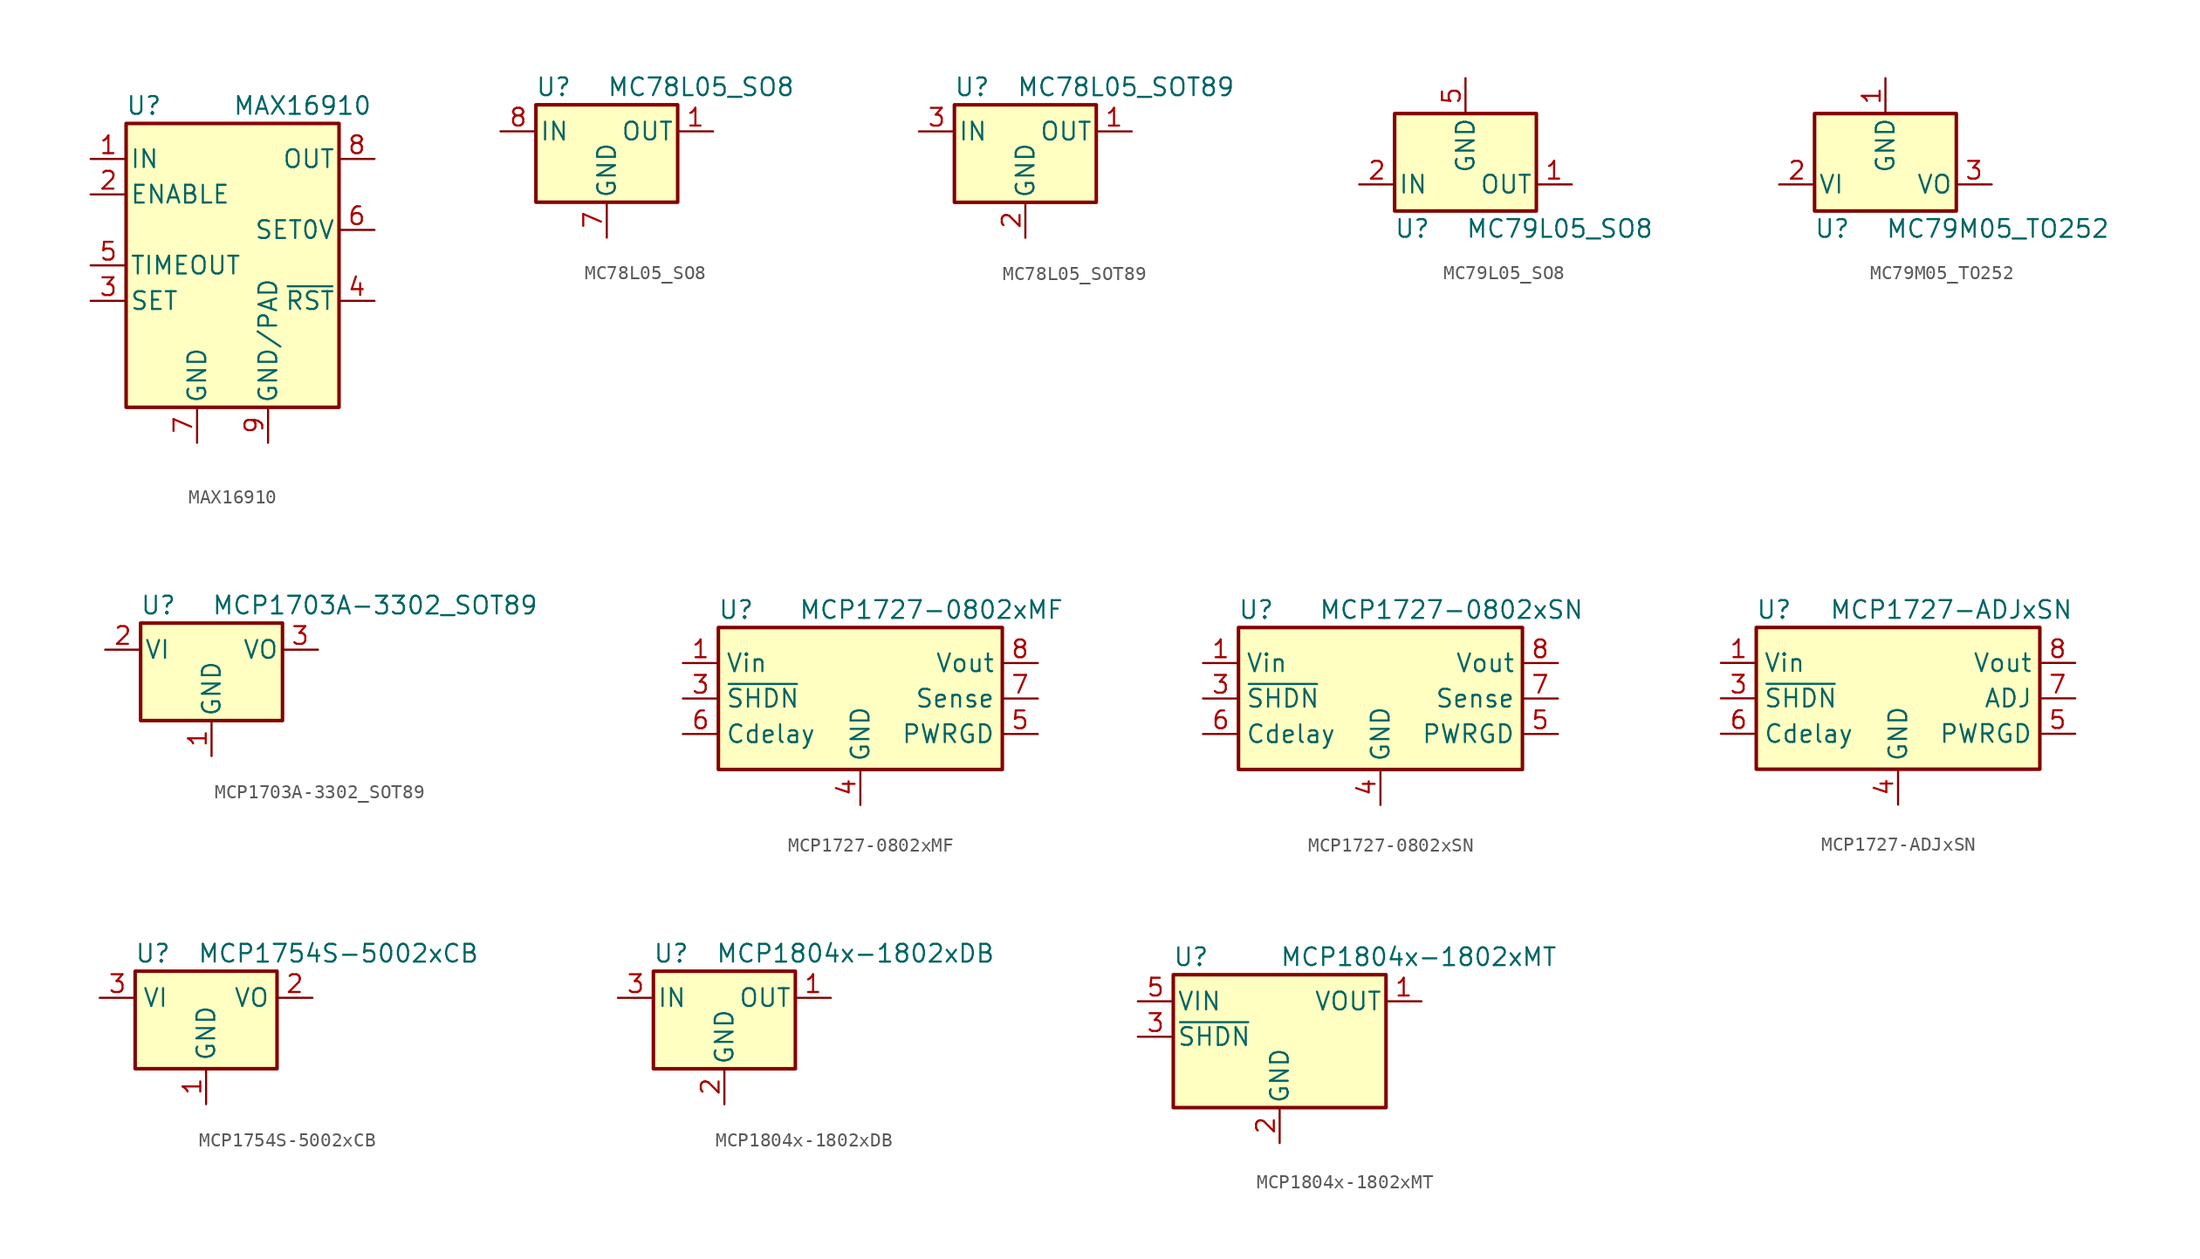
<source format=kicad_sym>
(kicad_symbol_lib
  (version 20211014)
  (generator kicad_symbol_editor)
  (symbol "MAX16910"
    (pin_names
      (offset 0.254))
    (property "Reference" "U"
      (at -6.35 11.43 0)
      (effects (font (size 1.27 1.27))))
    (property "Value" "MAX16910"
      (at 0 11.43 0)
      (effects (font (size 1.27 1.27)) (justify left)))
    (symbol "MAX16910_0_1"
      (rectangle (start -7.62 10.16) (end 7.62 -10.16) (stroke (width 0.254) (type default) (color 0 0 0 0)) (fill (type background))))
    (symbol "MAX16910_1_1"
      (pin power_in line (at -10.16 7.62 0) (length 2.54) (name "IN" (effects (font (size 1.27 1.27)))) (number "1" (effects (font (size 1.27 1.27)))))
      (pin input line (at -10.16 5.08 0) (length 2.54) (name "ENABLE" (effects (font (size 1.27 1.27)))) (number "2" (effects (font (size 1.27 1.27)))))
      (pin input line (at -10.16 -2.54 0) (length 2.54) (name "SET" (effects (font (size 1.27 1.27)))) (number "3" (effects (font (size 1.27 1.27)))))
      (pin open_collector line (at 10.16 -2.54 180) (length 2.54) (name "~{RST}" (effects (font (size 1.27 1.27)))) (number "4" (effects (font (size 1.27 1.27)))))
      (pin passive line (at -10.16 0 0) (length 2.54) (name "TIMEOUT" (effects (font (size 1.27 1.27)))) (number "5" (effects (font (size 1.27 1.27)))))
      (pin input line (at 10.16 2.54 180) (length 2.54) (name "SET0V" (effects (font (size 1.27 1.27)))) (number "6" (effects (font (size 1.27 1.27)))))
      (pin power_in line (at -2.54 -12.7 90) (length 2.54) (name "GND" (effects (font (size 1.27 1.27)))) (number "7" (effects (font (size 1.27 1.27)))))
      (pin power_out line (at 10.16 7.62 180) (length 2.54) (name "OUT" (effects (font (size 1.27 1.27)))) (number "8" (effects (font (size 1.27 1.27)))))
      (pin power_in line (at 2.54 -12.7 90) (length 2.54) (name "GND/PAD" (effects (font (size 1.27 1.27)))) (number "9" (effects (font (size 1.27 1.27)))))))
  (symbol "MC78L05_SO8"
    (pin_names
      (offset 0.254))
    (property "Reference" "U"
      (at -3.81 3.175 0)
      (effects (font (size 1.27 1.27))))
    (property "Value" "MC78L05_SO8"
      (at 0 3.175 0)
      (effects (font (size 1.27 1.27)) (justify left)))
    (symbol "MC78L05_SO8_0_1"
      (rectangle (start -5.08 1.905) (end 5.08 -5.08) (stroke (width 0.254) (type default) (color 0 0 0 0)) (fill (type background))))
    (symbol "MC78L05_SO8_1_1"
      (pin power_out line (at 7.62 0 180) (length 2.54) (name "OUT" (effects (font (size 1.27 1.27)))) (number "1" (effects (font (size 1.27 1.27)))))
      (pin passive line (at 0 -7.62 90) (length 2.54) hide (name "GND" (effects (font (size 1.27 1.27)))) (number "2" (effects (font (size 1.27 1.27)))))
      (pin passive line (at 0 -7.62 90) (length 2.54) hide (name "GND" (effects (font (size 1.27 1.27)))) (number "3" (effects (font (size 1.27 1.27)))))
      (pin no_connect line (at -5.08 -2.54 0) (length 2.54) hide (name "NC" (effects (font (size 1.27 1.27)))) (number "4" (effects (font (size 1.27 1.27)))))
      (pin no_connect line (at 5.08 -2.54 180) (length 2.54) hide (name "NC" (effects (font (size 1.27 1.27)))) (number "5" (effects (font (size 1.27 1.27)))))
      (pin passive line (at 0 -7.62 90) (length 2.54) hide (name "GND" (effects (font (size 1.27 1.27)))) (number "6" (effects (font (size 1.27 1.27)))))
      (pin power_in line (at 0 -7.62 90) (length 2.54) (name "GND" (effects (font (size 1.27 1.27)))) (number "7" (effects (font (size 1.27 1.27)))))
      (pin power_in line (at -7.62 0 0) (length 2.54) (name "IN" (effects (font (size 1.27 1.27)))) (number "8" (effects (font (size 1.27 1.27)))))))
  (symbol "MC78L05_SOT89"
    (pin_names
      (offset 0.254))
    (property "Reference" "U"
      (at -3.81 3.175 0)
      (effects (font (size 1.27 1.27))))
    (property "Value" "MC78L05_SOT89"
      (at -0.635 3.175 0)
      (effects (font (size 1.27 1.27)) (justify left)))
    (symbol "MC78L05_SOT89_0_1"
      (rectangle (start -5.08 1.905) (end 5.08 -5.08) (stroke (width 0.254) (type default) (color 0 0 0 0)) (fill (type background))))
    (symbol "MC78L05_SOT89_1_1"
      (pin power_out line (at 7.62 0 180) (length 2.54) (name "OUT" (effects (font (size 1.27 1.27)))) (number "1" (effects (font (size 1.27 1.27)))))
      (pin power_in line (at 0 -7.62 90) (length 2.54) (name "GND" (effects (font (size 1.27 1.27)))) (number "2" (effects (font (size 1.27 1.27)))))
      (pin power_in line (at -7.62 0 0) (length 2.54) (name "IN" (effects (font (size 1.27 1.27)))) (number "3" (effects (font (size 1.27 1.27)))))))
  (symbol "MC79L05_SO8"
    (pin_names
      (offset 0.254))
    (property "Reference" "U"
      (at -3.81 -3.175 0)
      (effects (font (size 1.27 1.27))))
    (property "Value" "MC79L05_SO8"
      (at 0 -3.175 0)
      (effects (font (size 1.27 1.27)) (justify left)))
    (symbol "MC79L05_SO8_0_1"
      (rectangle (start -5.08 5.08) (end 5.08 -1.905) (stroke (width 0.254) (type default) (color 0 0 0 0)) (fill (type background))))
    (symbol "MC79L05_SO8_1_1"
      (pin power_out line (at 7.62 0 180) (length 2.54) (name "OUT" (effects (font (size 1.27 1.27)))) (number "1" (effects (font (size 1.27 1.27)))))
      (pin power_in line (at -7.62 0 0) (length 2.54) (name "IN" (effects (font (size 1.27 1.27)))) (number "2" (effects (font (size 1.27 1.27)))))
      (pin passive line (at -7.62 0 0) (length 2.54) hide (name "IN" (effects (font (size 1.27 1.27)))) (number "3" (effects (font (size 1.27 1.27)))))
      (pin no_connect line (at 7.62 2.54 180) (length 2.54) hide (name "NC" (effects (font (size 1.27 1.27)))) (number "4" (effects (font (size 1.27 1.27)))))
      (pin power_in line (at 0 7.62 270) (length 2.54) (name "GND" (effects (font (size 1.27 1.27)))) (number "5" (effects (font (size 1.27 1.27)))))
      (pin passive line (at -7.62 0 0) (length 2.54) hide (name "IN" (effects (font (size 1.27 1.27)))) (number "6" (effects (font (size 1.27 1.27)))))
      (pin passive line (at -7.62 0 0) (length 2.54) hide (name "IN" (effects (font (size 1.27 1.27)))) (number "7" (effects (font (size 1.27 1.27)))))
      (pin no_connect line (at -7.62 2.54 0) (length 2.54) hide (name "NC" (effects (font (size 1.27 1.27)))) (number "8" (effects (font (size 1.27 1.27)))))))
  (symbol "MC79M05_TO252"
    (pin_names
      (offset 0.254))
    (property "Reference" "U"
      (at -3.81 -3.175 0)
      (effects (font (size 1.27 1.27))))
    (property "Value" "MC79M05_TO252"
      (at 0 -3.175 0)
      (effects (font (size 1.27 1.27)) (justify left)))
    (symbol "MC79M05_TO252_0_1"
      (rectangle (start -5.08 5.08) (end 5.08 -1.905) (stroke (width 0.254) (type default) (color 0 0 0 0)) (fill (type background))))
    (symbol "MC79M05_TO252_1_1"
      (pin power_in line (at 0 7.62 270) (length 2.54) (name "GND" (effects (font (size 1.27 1.27)))) (number "1" (effects (font (size 1.27 1.27)))))
      (pin power_in line (at -7.62 0 0) (length 2.54) (name "VI" (effects (font (size 1.27 1.27)))) (number "2" (effects (font (size 1.27 1.27)))))
      (pin power_out line (at 7.62 0 180) (length 2.54) (name "VO" (effects (font (size 1.27 1.27)))) (number "3" (effects (font (size 1.27 1.27)))))))
  (symbol "MCP1703A-3302_SOT89"
    (pin_names
      (offset 0.254))
    (property "Reference" "U"
      (at -3.81 3.175 0)
      (effects (font (size 1.27 1.27))))
    (property "Value" "MCP1703A-3302_SOT89"
      (at 0 3.175 0)
      (effects (font (size 1.27 1.27)) (justify left)))
    (symbol "MCP1703A-3302_SOT89_0_1"
      (rectangle (start -5.08 -5.08) (end 5.08 1.905) (stroke (width 0.254) (type default) (color 0 0 0 0)) (fill (type background))))
    (symbol "MCP1703A-3302_SOT89_1_1"
      (pin power_in line (at 0 -7.62 90) (length 2.54) (name "GND" (effects (font (size 1.27 1.27)))) (number "1" (effects (font (size 1.27 1.27)))))
      (pin power_in line (at -7.62 0 0) (length 2.54) (name "VI" (effects (font (size 1.27 1.27)))) (number "2" (effects (font (size 1.27 1.27)))))
      (pin power_out line (at 7.62 0 180) (length 2.54) (name "VO" (effects (font (size 1.27 1.27)))) (number "3" (effects (font (size 1.27 1.27)))))))
  (symbol "MCP1727-0802xMF"
    (property "Reference" "U"
      (at -8.89 6.35 0)
      (effects (font (size 1.27 1.27))))
    (property "Value" "MCP1727-0802xMF"
      (at 5.08 6.35 0)
      (effects (font (size 1.27 1.27))))
    (symbol "MCP1727-0802xMF_0_0"
      (pin open_collector line (at 12.7 -2.54 180) (length 2.54) (name "PWRGD" (effects (font (size 1.27 1.27)))) (number "5" (effects (font (size 1.27 1.27)))))
      (pin input line (at -12.7 -2.54 0) (length 2.54) (name "Cdelay" (effects (font (size 1.27 1.27)))) (number "6" (effects (font (size 1.27 1.27)))))
      (pin input line (at 12.7 0 180) (length 2.54) (name "Sense" (effects (font (size 1.27 1.27)))) (number "7" (effects (font (size 1.27 1.27)))))
      (pin power_out line (at 12.7 2.54 180) (length 2.54) (name "Vout" (effects (font (size 1.27 1.27)))) (number "8" (effects (font (size 1.27 1.27))))))
    (symbol "MCP1727-0802xMF_0_1"
      (rectangle (start -10.16 5.08) (end 10.16 -5.08) (stroke (width 0.254) (type default) (color 0 0 0 0)) (fill (type background))))
    (symbol "MCP1727-0802xMF_1_1"
      (pin power_in line (at -12.7 2.54 0) (length 2.54) (name "Vin" (effects (font (size 1.27 1.27)))) (number "1" (effects (font (size 1.27 1.27)))))
      (pin passive line (at -12.7 2.54 0) (length 2.54) hide (name "Vin" (effects (font (size 1.27 1.27)))) (number "2" (effects (font (size 1.27 1.27)))))
      (pin input line (at -12.7 0 0) (length 2.54) (name "~{SHDN}" (effects (font (size 1.27 1.27)))) (number "3" (effects (font (size 1.27 1.27)))))
      (pin power_in line (at 0 -7.62 90) (length 2.54) (name "GND" (effects (font (size 1.27 1.27)))) (number "4" (effects (font (size 1.27 1.27)))))
      (pin passive line (at 0 -7.62 90) (length 2.54) hide (name "GND" (effects (font (size 1.27 1.27)))) (number "9" (effects (font (size 1.27 1.27)))))))
  (symbol "MCP1727-0802xSN"
    (property "Reference" "U"
      (at -8.89 6.35 0)
      (effects (font (size 1.27 1.27))))
    (property "Value" "MCP1727-0802xSN"
      (at 5.08 6.35 0)
      (effects (font (size 1.27 1.27))))
    (symbol "MCP1727-0802xSN_0_0"
      (pin open_collector line (at 12.7 -2.54 180) (length 2.54) (name "PWRGD" (effects (font (size 1.27 1.27)))) (number "5" (effects (font (size 1.27 1.27)))))
      (pin input line (at -12.7 -2.54 0) (length 2.54) (name "Cdelay" (effects (font (size 1.27 1.27)))) (number "6" (effects (font (size 1.27 1.27)))))
      (pin input line (at 12.7 0 180) (length 2.54) (name "Sense" (effects (font (size 1.27 1.27)))) (number "7" (effects (font (size 1.27 1.27)))))
      (pin power_out line (at 12.7 2.54 180) (length 2.54) (name "Vout" (effects (font (size 1.27 1.27)))) (number "8" (effects (font (size 1.27 1.27))))))
    (symbol "MCP1727-0802xSN_0_1"
      (rectangle (start -10.16 5.08) (end 10.16 -5.08) (stroke (width 0.254) (type default) (color 0 0 0 0)) (fill (type background))))
    (symbol "MCP1727-0802xSN_1_1"
      (pin power_in line (at -12.7 2.54 0) (length 2.54) (name "Vin" (effects (font (size 1.27 1.27)))) (number "1" (effects (font (size 1.27 1.27)))))
      (pin passive line (at -12.7 2.54 0) (length 2.54) hide (name "Vin" (effects (font (size 1.27 1.27)))) (number "2" (effects (font (size 1.27 1.27)))))
      (pin input line (at -12.7 0 0) (length 2.54) (name "~{SHDN}" (effects (font (size 1.27 1.27)))) (number "3" (effects (font (size 1.27 1.27)))))
      (pin power_in line (at 0 -7.62 90) (length 2.54) (name "GND" (effects (font (size 1.27 1.27)))) (number "4" (effects (font (size 1.27 1.27)))))))
  (symbol "MCP1727-ADJxSN"
    (property "Reference" "U"
      (at -8.89 6.35 0)
      (effects (font (size 1.27 1.27))))
    (property "Value" "MCP1727-ADJxSN"
      (at 3.81 6.35 0)
      (effects (font (size 1.27 1.27))))
    (symbol "MCP1727-ADJxSN_0_0"
      (pin open_collector line (at 12.7 -2.54 180) (length 2.54) (name "PWRGD" (effects (font (size 1.27 1.27)))) (number "5" (effects (font (size 1.27 1.27)))))
      (pin input line (at -12.7 -2.54 0) (length 2.54) (name "Cdelay" (effects (font (size 1.27 1.27)))) (number "6" (effects (font (size 1.27 1.27)))))
      (pin input line (at 12.7 0 180) (length 2.54) (name "ADJ" (effects (font (size 1.27 1.27)))) (number "7" (effects (font (size 1.27 1.27)))))
      (pin power_out line (at 12.7 2.54 180) (length 2.54) (name "Vout" (effects (font (size 1.27 1.27)))) (number "8" (effects (font (size 1.27 1.27))))))
    (symbol "MCP1727-ADJxSN_0_1"
      (rectangle (start -10.16 5.08) (end 10.16 -5.08) (stroke (width 0.254) (type default) (color 0 0 0 0)) (fill (type background))))
    (symbol "MCP1727-ADJxSN_1_1"
      (pin power_in line (at -12.7 2.54 0) (length 2.54) (name "Vin" (effects (font (size 1.27 1.27)))) (number "1" (effects (font (size 1.27 1.27)))))
      (pin passive line (at -12.7 2.54 0) (length 2.54) hide (name "Vin" (effects (font (size 1.27 1.27)))) (number "2" (effects (font (size 1.27 1.27)))))
      (pin input line (at -12.7 0 0) (length 2.54) (name "~{SHDN}" (effects (font (size 1.27 1.27)))) (number "3" (effects (font (size 1.27 1.27)))))
      (pin power_in line (at 0 -7.62 90) (length 2.54) (name "GND" (effects (font (size 1.27 1.27)))) (number "4" (effects (font (size 1.27 1.27)))))))
  (symbol "MCP1754S-5002xCB"
    (property "Reference" "U"
      (at -3.81 3.175 0)
      (effects (font (size 1.27 1.27))))
    (property "Value" "MCP1754S-5002xCB"
      (at -0.635 3.175 0)
      (effects (font (size 1.27 1.27)) (justify left)))
    (symbol "MCP1754S-5002xCB_0_1"
      (rectangle (start -5.08 -5.08) (end 5.08 1.905) (stroke (width 0.254) (type default) (color 0 0 0 0)) (fill (type background))))
    (symbol "MCP1754S-5002xCB_1_1"
      (pin power_in line (at 0 -7.62 90) (length 2.54) (name "GND" (effects (font (size 1.27 1.27)))) (number "1" (effects (font (size 1.27 1.27)))))
      (pin power_out line (at 7.62 0 180) (length 2.54) (name "VO" (effects (font (size 1.27 1.27)))) (number "2" (effects (font (size 1.27 1.27)))))
      (pin power_in line (at -7.62 0 0) (length 2.54) (name "VI" (effects (font (size 1.27 1.27)))) (number "3" (effects (font (size 1.27 1.27)))))))
  (symbol "MCP1804x-1802xDB"
    (pin_names
      (offset 0.254))
    (property "Reference" "U"
      (at -3.81 3.175 0)
      (effects (font (size 1.27 1.27))))
    (property "Value" "MCP1804x-1802xDB"
      (at -0.635 3.175 0)
      (effects (font (size 1.27 1.27)) (justify left)))
    (symbol "MCP1804x-1802xDB_0_1"
      (rectangle (start -5.08 1.905) (end 5.08 -5.08) (stroke (width 0.254) (type default) (color 0 0 0 0)) (fill (type background))))
    (symbol "MCP1804x-1802xDB_1_1"
      (pin power_out line (at 7.62 0 180) (length 2.54) (name "OUT" (effects (font (size 1.27 1.27)))) (number "1" (effects (font (size 1.27 1.27)))))
      (pin power_in line (at 0 -7.62 90) (length 2.54) (name "GND" (effects (font (size 1.27 1.27)))) (number "2" (effects (font (size 1.27 1.27)))))
      (pin power_in line (at -7.62 0 0) (length 2.54) (name "IN" (effects (font (size 1.27 1.27)))) (number "3" (effects (font (size 1.27 1.27)))))))
  (symbol "MCP1804x-1802xMT"
    (pin_names
      (offset 0.254))
    (property "Reference" "U"
      (at -6.35 5.715 0)
      (effects (font (size 1.27 1.27))))
    (property "Value" "MCP1804x-1802xMT"
      (at 0 5.715 0)
      (effects (font (size 1.27 1.27)) (justify left)))
    (symbol "MCP1804x-1802xMT_0_1"
      (rectangle (start -7.62 -5.08) (end 7.62 4.445) (stroke (width 0.254) (type default) (color 0 0 0 0)) (fill (type background))))
    (symbol "MCP1804x-1802xMT_1_1"
      (pin power_out line (at 10.16 2.54 180) (length 2.54) (name "VOUT" (effects (font (size 1.27 1.27)))) (number "1" (effects (font (size 1.27 1.27)))))
      (pin power_in line (at 0 -7.62 90) (length 2.54) (name "GND" (effects (font (size 1.27 1.27)))) (number "2" (effects (font (size 1.27 1.27)))))
      (pin input line (at -10.16 0 0) (length 2.54) (name "~{SHDN}" (effects (font (size 1.27 1.27)))) (number "3" (effects (font (size 1.27 1.27)))))
      (pin no_connect line (at 7.62 0 180) (length 2.54) hide (name "NC" (effects (font (size 1.27 1.27)))) (number "4" (effects (font (size 1.27 1.27)))))
      (pin power_in line (at -10.16 2.54 0) (length 2.54) (name "VIN" (effects (font (size 1.27 1.27)))) (number "5" (effects (font (size 1.27 1.27))))))))
</source>
